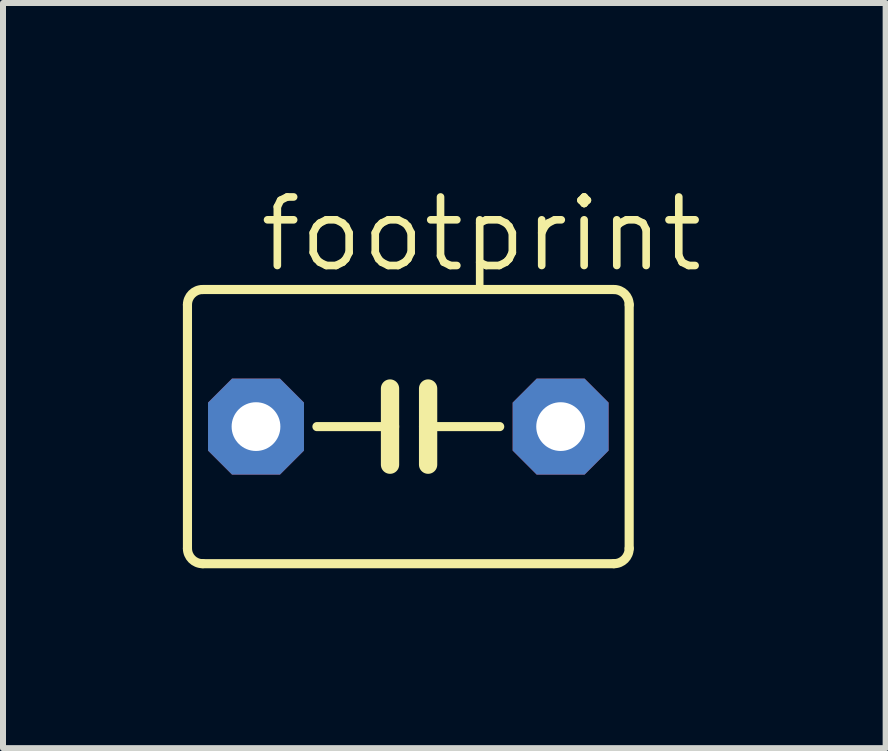
<source format=kicad_pcb>
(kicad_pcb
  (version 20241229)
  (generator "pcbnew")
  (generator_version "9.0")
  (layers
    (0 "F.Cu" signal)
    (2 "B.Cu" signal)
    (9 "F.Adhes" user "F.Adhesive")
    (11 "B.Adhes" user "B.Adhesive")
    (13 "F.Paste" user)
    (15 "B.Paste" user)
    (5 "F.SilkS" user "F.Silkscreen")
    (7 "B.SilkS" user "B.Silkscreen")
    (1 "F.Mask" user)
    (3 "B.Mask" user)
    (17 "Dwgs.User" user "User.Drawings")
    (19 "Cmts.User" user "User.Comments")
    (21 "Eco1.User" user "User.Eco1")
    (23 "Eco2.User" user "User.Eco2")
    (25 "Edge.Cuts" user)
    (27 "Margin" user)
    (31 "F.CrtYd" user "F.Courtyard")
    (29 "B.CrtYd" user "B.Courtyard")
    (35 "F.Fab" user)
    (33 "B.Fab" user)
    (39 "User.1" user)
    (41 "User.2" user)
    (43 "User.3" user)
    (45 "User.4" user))
  (footprint "footprint"
    (layer "F.Cu")
    (at 3.759 4.064)
    (property "Reference" "footprint" (at -2.54 -2.54 0) (layer "F.SilkS") (effects (font (size 1.143 1.143) (thickness 0.127)) (justify left bottom)))
    (fp_line (start -3.683 -2.032) (end -3.683 2.032) (stroke (width 0.152) (type solid)) (layer "F.SilkS"))
    (fp_line (start -3.429 2.286) (end 3.429 2.286) (stroke (width 0.152) (type solid)) (layer "F.SilkS"))
    (fp_line (start -0.305 -0.635) (end -0.305 0) (stroke (width 0.305) (type solid)) (layer "F.SilkS"))
    (fp_line (start -0.305 0) (end -1.524 0) (stroke (width 0.152) (type solid)) (layer "F.SilkS"))
    (fp_line (start -0.305 0) (end -0.305 0.635) (stroke (width 0.305) (type solid)) (layer "F.SilkS"))
    (fp_line (start 0.33 -0.635) (end 0.33 0) (stroke (width 0.305) (type solid)) (layer "F.SilkS"))
    (fp_line (start 0.33 0) (end 0.33 0.635) (stroke (width 0.305) (type solid)) (layer "F.SilkS"))
    (fp_line (start 0.33 0) (end 1.524 0) (stroke (width 0.152) (type solid)) (layer "F.SilkS"))
    (fp_line (start 3.429 -2.286) (end -3.429 -2.286) (stroke (width 0.152) (type solid)) (layer "F.SilkS"))
    (fp_line (start 3.683 2.032) (end 3.683 -2.032) (stroke (width 0.152) (type solid)) (layer "F.SilkS"))
    (fp_arc (start -3.683 -2.032) (mid -3.608605 -2.211605) (end -3.429 -2.286) (stroke (width 0.1524) (type solid)) (layer "F.SilkS"))
    (fp_arc (start -3.429 2.286) (mid -3.608605 2.211605) (end -3.683 2.032) (stroke (width 0.1524) (type solid)) (layer "F.SilkS"))
    (fp_arc (start 3.429 -2.286) (mid 3.608605 -2.211605) (end 3.683 -2.032) (stroke (width 0.1524) (type solid)) (layer "F.SilkS"))
    (fp_arc (start 3.683 2.032) (mid 3.608605 2.211605) (end 3.429 2.286) (stroke (width 0.1524) (type solid)) (layer "F.SilkS"))
    (pad "1" thru_hole roundrect (at -2.54 0) (size 1.6 1.6) (drill 0.813) (layers "*.Cu" "*.Mask") (roundrect_rratio 0.25) (chamfer_ratio 0.25) (chamfer top_left top_right bottom_left bottom_right))
    (pad "2" thru_hole roundrect (at 2.54 0) (size 1.6 1.6) (drill 0.813) (layers "*.Cu" "*.Mask") (roundrect_rratio 0.25) (chamfer_ratio 0.25) (chamfer top_left top_right bottom_left bottom_right)))
  (gr_rect
    (start -3 -3)
    (end 11.719 9.426)
    (stroke (width 0.1) (type default))
    (fill no)
    (layer "Edge.Cuts")))
</source>
